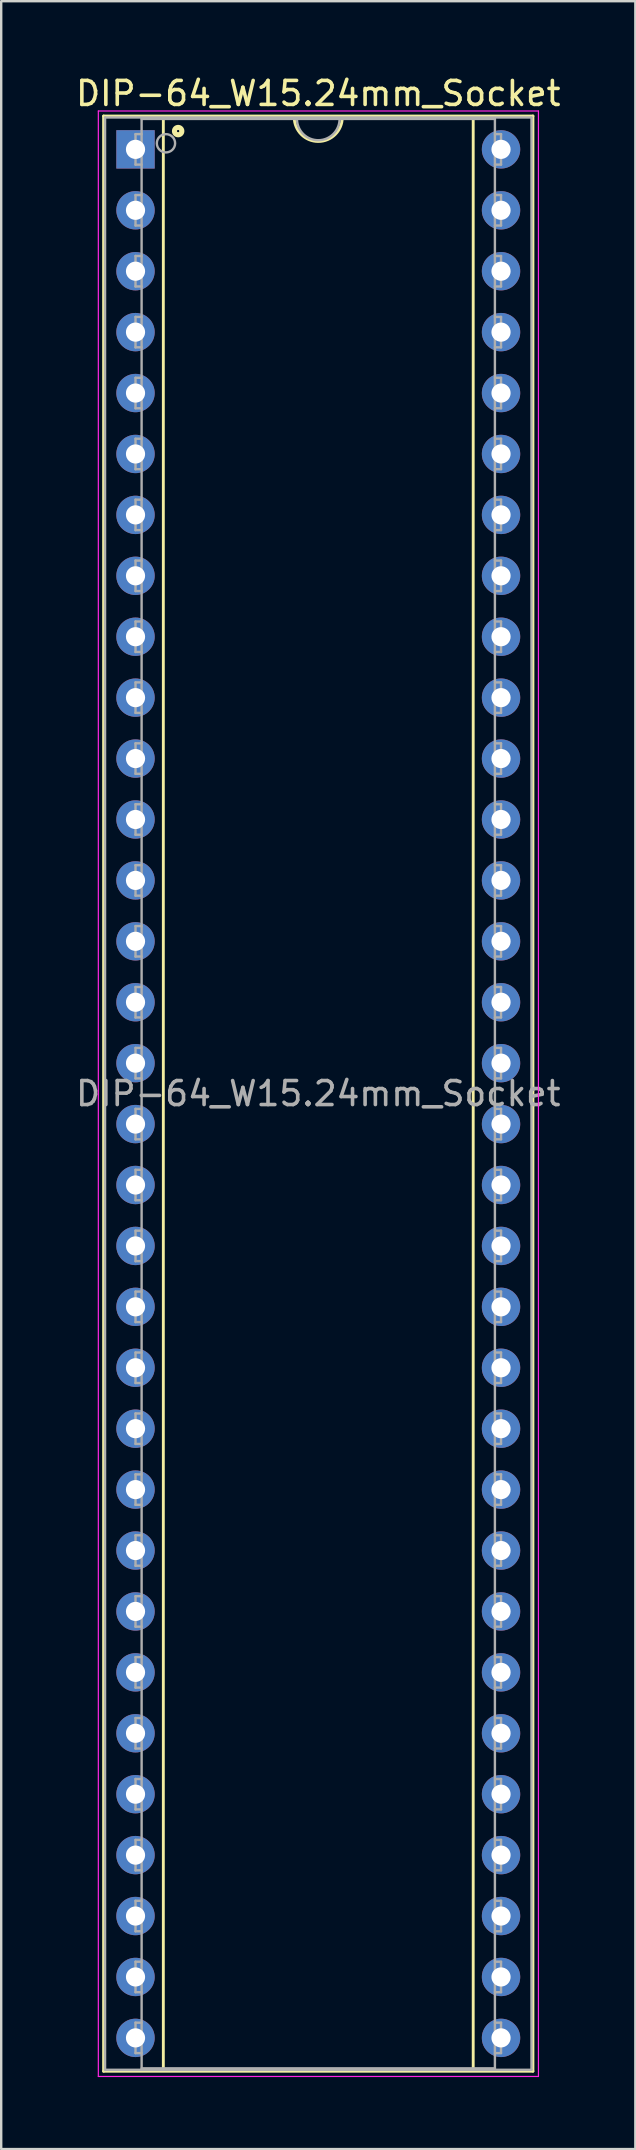
<source format=kicad_pcb>
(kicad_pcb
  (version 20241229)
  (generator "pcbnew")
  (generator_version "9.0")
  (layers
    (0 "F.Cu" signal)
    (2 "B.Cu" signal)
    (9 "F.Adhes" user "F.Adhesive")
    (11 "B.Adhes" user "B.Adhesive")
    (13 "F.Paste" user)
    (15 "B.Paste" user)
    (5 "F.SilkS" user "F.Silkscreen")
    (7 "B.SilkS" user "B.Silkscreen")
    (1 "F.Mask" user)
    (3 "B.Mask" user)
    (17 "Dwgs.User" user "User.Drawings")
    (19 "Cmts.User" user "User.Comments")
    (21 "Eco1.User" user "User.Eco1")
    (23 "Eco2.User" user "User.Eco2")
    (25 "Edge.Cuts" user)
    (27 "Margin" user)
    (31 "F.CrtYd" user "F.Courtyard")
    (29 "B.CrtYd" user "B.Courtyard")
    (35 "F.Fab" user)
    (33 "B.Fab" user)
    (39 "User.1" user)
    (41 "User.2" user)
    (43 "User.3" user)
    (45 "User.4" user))
  (footprint "DIP-64_W15.24mm_Socket"
    (layer "F.Cu")
    (at 2.6 3.178)
    (property "Reference" "DIP-64_W15.24mm_Socket" (at 7.62 -2.33 0) (layer "F.SilkS") (effects (font (size 1 1) (thickness 0.15))))
    (attr through_hole)
    (fp_line (start -1.33 -1.39) (end -1.33 80.13) (stroke (width 0.12) (type solid)) (layer "F.SilkS"))
    (fp_line (start -1.33 80.13) (end 16.57 80.13) (stroke (width 0.12) (type solid)) (layer "F.SilkS"))
    (fp_line (start 1.16 -1.33) (end 1.16 80.07) (stroke (width 0.12) (type solid)) (layer "F.SilkS"))
    (fp_line (start 1.16 80.07) (end 14.08 80.07) (stroke (width 0.12) (type solid)) (layer "F.SilkS"))
    (fp_line (start 6.62 -1.33) (end 1.16 -1.33) (stroke (width 0.12) (type solid)) (layer "F.SilkS"))
    (fp_line (start 14.08 -1.33) (end 8.62 -1.33) (stroke (width 0.12) (type solid)) (layer "F.SilkS"))
    (fp_line (start 14.08 80.07) (end 14.08 -1.33) (stroke (width 0.12) (type solid)) (layer "F.SilkS"))
    (fp_line (start 16.57 -1.39) (end -1.33 -1.39) (stroke (width 0.12) (type solid)) (layer "F.SilkS"))
    (fp_line (start 16.57 80.13) (end 16.57 -1.39) (stroke (width 0.12) (type solid)) (layer "F.SilkS"))
    (fp_arc (start 8.62 -1.33) (mid 7.62 -0.33) (end 6.62 -1.33) (stroke (width 0.12) (type solid)) (layer "F.SilkS"))
    (fp_circle (center 1.778 -0.762) (end 1.828 -0.762) (stroke (width 0.12) (type solid)) (fill no) (layer "F.SilkS"))
    (fp_circle (center 1.778 -0.762) (end 1.903 -0.762) (stroke (width 0.12) (type solid)) (fill no) (layer "F.SilkS"))
    (fp_circle (center 1.778 -0.762) (end 1.978 -0.762) (stroke (width 0.12) (type solid)) (fill no) (layer "F.SilkS"))
    (fp_line (start -1.55 -1.6) (end -1.55 80.35) (stroke (width 0.05) (type solid)) (layer "F.CrtYd"))
    (fp_line (start -1.55 80.35) (end 16.8 80.35) (stroke (width 0.05) (type solid)) (layer "F.CrtYd"))
    (fp_line (start 16.8 -1.6) (end -1.55 -1.6) (stroke (width 0.05) (type solid)) (layer "F.CrtYd"))
    (fp_line (start 16.8 80.35) (end 16.8 -1.6) (stroke (width 0.05) (type solid)) (layer "F.CrtYd"))
    (fp_line (start -1.27 -1.33) (end -1.27 80.07) (stroke (width 0.1) (type solid)) (layer "F.Fab"))
    (fp_line (start -1.27 80.07) (end 16.51 80.07) (stroke (width 0.1) (type solid)) (layer "F.Fab"))
    (fp_line (start 0 -0.635) (end 0 0.635) (stroke (width 0.1) (type solid)) (layer "F.Fab"))
    (fp_line (start 0 -0.635) (end 0.254 -0.635) (stroke (width 0.1) (type solid)) (layer "F.Fab"))
    (fp_line (start 0 0.635) (end 0.254 0.635) (stroke (width 0.1) (type solid)) (layer "F.Fab"))
    (fp_line (start 0 1.905) (end 0 3.175) (stroke (width 0.1) (type solid)) (layer "F.Fab"))
    (fp_line (start 0 1.905) (end 0.254 1.905) (stroke (width 0.1) (type solid)) (layer "F.Fab"))
    (fp_line (start 0 3.175) (end 0.254 3.175) (stroke (width 0.1) (type solid)) (layer "F.Fab"))
    (fp_line (start 0 4.445) (end 0 5.715) (stroke (width 0.1) (type solid)) (layer "F.Fab"))
    (fp_line (start 0 4.445) (end 0.254 4.445) (stroke (width 0.1) (type solid)) (layer "F.Fab"))
    (fp_line (start 0 5.715) (end 0.254 5.715) (stroke (width 0.1) (type solid)) (layer "F.Fab"))
    (fp_line (start 0 6.985) (end 0 8.255) (stroke (width 0.1) (type solid)) (layer "F.Fab"))
    (fp_line (start 0 6.985) (end 0.254 6.985) (stroke (width 0.1) (type solid)) (layer "F.Fab"))
    (fp_line (start 0 8.255) (end 0.254 8.255) (stroke (width 0.1) (type solid)) (layer "F.Fab"))
    (fp_line (start 0 9.525) (end 0 10.795) (stroke (width 0.1) (type solid)) (layer "F.Fab"))
    (fp_line (start 0 9.525) (end 0.254 9.525) (stroke (width 0.1) (type solid)) (layer "F.Fab"))
    (fp_line (start 0 10.795) (end 0.254 10.795) (stroke (width 0.1) (type solid)) (layer "F.Fab"))
    (fp_line (start 0 12.065) (end 0 13.335) (stroke (width 0.1) (type solid)) (layer "F.Fab"))
    (fp_line (start 0 12.065) (end 0.254 12.065) (stroke (width 0.1) (type solid)) (layer "F.Fab"))
    (fp_line (start 0 13.335) (end 0.254 13.335) (stroke (width 0.1) (type solid)) (layer "F.Fab"))
    (fp_line (start 0 14.605) (end 0 15.875) (stroke (width 0.1) (type solid)) (layer "F.Fab"))
    (fp_line (start 0 14.605) (end 0.254 14.605) (stroke (width 0.1) (type solid)) (layer "F.Fab"))
    (fp_line (start 0 15.875) (end 0.254 15.875) (stroke (width 0.1) (type solid)) (layer "F.Fab"))
    (fp_line (start 0 17.145) (end 0 18.415) (stroke (width 0.1) (type solid)) (layer "F.Fab"))
    (fp_line (start 0 17.145) (end 0.254 17.145) (stroke (width 0.1) (type solid)) (layer "F.Fab"))
    (fp_line (start 0 18.415) (end 0.254 18.415) (stroke (width 0.1) (type solid)) (layer "F.Fab"))
    (fp_line (start 0 19.685) (end 0 20.955) (stroke (width 0.1) (type solid)) (layer "F.Fab"))
    (fp_line (start 0 19.685) (end 0.254 19.685) (stroke (width 0.1) (type solid)) (layer "F.Fab"))
    (fp_line (start 0 20.955) (end 0.254 20.955) (stroke (width 0.1) (type solid)) (layer "F.Fab"))
    (fp_line (start 0 22.225) (end 0 23.495) (stroke (width 0.1) (type solid)) (layer "F.Fab"))
    (fp_line (start 0 22.225) (end 0.254 22.225) (stroke (width 0.1) (type solid)) (layer "F.Fab"))
    (fp_line (start 0 23.495) (end 0.254 23.495) (stroke (width 0.1) (type solid)) (layer "F.Fab"))
    (fp_line (start 0 24.765) (end 0 26.035) (stroke (width 0.1) (type solid)) (layer "F.Fab"))
    (fp_line (start 0 24.765) (end 0.254 24.765) (stroke (width 0.1) (type solid)) (layer "F.Fab"))
    (fp_line (start 0 26.035) (end 0.254 26.035) (stroke (width 0.1) (type solid)) (layer "F.Fab"))
    (fp_line (start 0 27.305) (end 0 28.575) (stroke (width 0.1) (type solid)) (layer "F.Fab"))
    (fp_line (start 0 27.305) (end 0.254 27.305) (stroke (width 0.1) (type solid)) (layer "F.Fab"))
    (fp_line (start 0 28.575) (end 0.254 28.575) (stroke (width 0.1) (type solid)) (layer "F.Fab"))
    (fp_line (start 0 29.845) (end 0 31.115) (stroke (width 0.1) (type solid)) (layer "F.Fab"))
    (fp_line (start 0 29.845) (end 0.254 29.845) (stroke (width 0.1) (type solid)) (layer "F.Fab"))
    (fp_line (start 0 31.115) (end 0.254 31.115) (stroke (width 0.1) (type solid)) (layer "F.Fab"))
    (fp_line (start 0 32.385) (end 0 33.655) (stroke (width 0.1) (type solid)) (layer "F.Fab"))
    (fp_line (start 0 32.385) (end 0.254 32.385) (stroke (width 0.1) (type solid)) (layer "F.Fab"))
    (fp_line (start 0 33.655) (end 0.254 33.655) (stroke (width 0.1) (type solid)) (layer "F.Fab"))
    (fp_line (start 0 34.925) (end 0 36.195) (stroke (width 0.1) (type solid)) (layer "F.Fab"))
    (fp_line (start 0 34.925) (end 0.254 34.925) (stroke (width 0.1) (type solid)) (layer "F.Fab"))
    (fp_line (start 0 36.195) (end 0.254 36.195) (stroke (width 0.1) (type solid)) (layer "F.Fab"))
    (fp_line (start 0 37.465) (end 0 38.735) (stroke (width 0.1) (type solid)) (layer "F.Fab"))
    (fp_line (start 0 37.465) (end 0.254 37.465) (stroke (width 0.1) (type solid)) (layer "F.Fab"))
    (fp_line (start 0 38.735) (end 0.254 38.735) (stroke (width 0.1) (type solid)) (layer "F.Fab"))
    (fp_line (start 0 40.005) (end 0 41.275) (stroke (width 0.1) (type solid)) (layer "F.Fab"))
    (fp_line (start 0 40.005) (end 0.254 40.005) (stroke (width 0.1) (type solid)) (layer "F.Fab"))
    (fp_line (start 0 41.275) (end 0.254 41.275) (stroke (width 0.1) (type solid)) (layer "F.Fab"))
    (fp_line (start 0 42.545) (end 0 43.815) (stroke (width 0.1) (type solid)) (layer "F.Fab"))
    (fp_line (start 0 42.545) (end 0.254 42.545) (stroke (width 0.1) (type solid)) (layer "F.Fab"))
    (fp_line (start 0 43.815) (end 0.254 43.815) (stroke (width 0.1) (type solid)) (layer "F.Fab"))
    (fp_line (start 0 45.085) (end 0 46.355) (stroke (width 0.1) (type solid)) (layer "F.Fab"))
    (fp_line (start 0 45.085) (end 0.254 45.085) (stroke (width 0.1) (type solid)) (layer "F.Fab"))
    (fp_line (start 0 46.355) (end 0.254 46.355) (stroke (width 0.1) (type solid)) (layer "F.Fab"))
    (fp_line (start 0 47.625) (end 0 48.895) (stroke (width 0.1) (type solid)) (layer "F.Fab"))
    (fp_line (start 0 47.625) (end 0.254 47.625) (stroke (width 0.1) (type solid)) (layer "F.Fab"))
    (fp_line (start 0 48.895) (end 0.254 48.895) (stroke (width 0.1) (type solid)) (layer "F.Fab"))
    (fp_line (start 0 50.165) (end 0 51.435) (stroke (width 0.1) (type solid)) (layer "F.Fab"))
    (fp_line (start 0 50.165) (end 0.254 50.165) (stroke (width 0.1) (type solid)) (layer "F.Fab"))
    (fp_line (start 0 51.435) (end 0.254 51.435) (stroke (width 0.1) (type solid)) (layer "F.Fab"))
    (fp_line (start 0 52.705) (end 0 53.975) (stroke (width 0.1) (type solid)) (layer "F.Fab"))
    (fp_line (start 0 52.705) (end 0.254 52.705) (stroke (width 0.1) (type solid)) (layer "F.Fab"))
    (fp_line (start 0 53.975) (end 0.254 53.975) (stroke (width 0.1) (type solid)) (layer "F.Fab"))
    (fp_line (start 0 55.245) (end 0 56.515) (stroke (width 0.1) (type solid)) (layer "F.Fab"))
    (fp_line (start 0 55.245) (end 0.254 55.245) (stroke (width 0.1) (type solid)) (layer "F.Fab"))
    (fp_line (start 0 56.515) (end 0.254 56.515) (stroke (width 0.1) (type solid)) (layer "F.Fab"))
    (fp_line (start 0 57.785) (end 0 59.055) (stroke (width 0.1) (type solid)) (layer "F.Fab"))
    (fp_line (start 0 57.785) (end 0.254 57.785) (stroke (width 0.1) (type solid)) (layer "F.Fab"))
    (fp_line (start 0 59.055) (end 0.254 59.055) (stroke (width 0.1) (type solid)) (layer "F.Fab"))
    (fp_line (start 0 60.325) (end 0 61.595) (stroke (width 0.1) (type solid)) (layer "F.Fab"))
    (fp_line (start 0 60.325) (end 0.254 60.325) (stroke (width 0.1) (type solid)) (layer "F.Fab"))
    (fp_line (start 0 61.595) (end 0.254 61.595) (stroke (width 0.1) (type solid)) (layer "F.Fab"))
    (fp_line (start 0 62.865) (end 0 64.135) (stroke (width 0.1) (type solid)) (layer "F.Fab"))
    (fp_line (start 0 62.865) (end 0.254 62.865) (stroke (width 0.1) (type solid)) (layer "F.Fab"))
    (fp_line (start 0 64.135) (end 0.254 64.135) (stroke (width 0.1) (type solid)) (layer "F.Fab"))
    (fp_line (start 0 65.405) (end 0 66.675) (stroke (width 0.1) (type solid)) (layer "F.Fab"))
    (fp_line (start 0 65.405) (end 0.254 65.405) (stroke (width 0.1) (type solid)) (layer "F.Fab"))
    (fp_line (start 0 66.675) (end 0.254 66.675) (stroke (width 0.1) (type solid)) (layer "F.Fab"))
    (fp_line (start 0 67.945) (end 0 69.215) (stroke (width 0.1) (type solid)) (layer "F.Fab"))
    (fp_line (start 0 67.945) (end 0.254 67.945) (stroke (width 0.1) (type solid)) (layer "F.Fab"))
    (fp_line (start 0 69.215) (end 0.254 69.215) (stroke (width 0.1) (type solid)) (layer "F.Fab"))
    (fp_line (start 0 70.485) (end 0 71.755) (stroke (width 0.1) (type solid)) (layer "F.Fab"))
    (fp_line (start 0 70.485) (end 0.254 70.485) (stroke (width 0.1) (type solid)) (layer "F.Fab"))
    (fp_line (start 0 71.755) (end 0.254 71.755) (stroke (width 0.1) (type solid)) (layer "F.Fab"))
    (fp_line (start 0 73.025) (end 0 74.295) (stroke (width 0.1) (type solid)) (layer "F.Fab"))
    (fp_line (start 0 73.025) (end 0.254 73.025) (stroke (width 0.1) (type solid)) (layer "F.Fab"))
    (fp_line (start 0 74.295) (end 0.254 74.295) (stroke (width 0.1) (type solid)) (layer "F.Fab"))
    (fp_line (start 0 75.565) (end 0 76.835) (stroke (width 0.1) (type solid)) (layer "F.Fab"))
    (fp_line (start 0 75.565) (end 0.254 75.565) (stroke (width 0.1) (type solid)) (layer "F.Fab"))
    (fp_line (start 0 76.835) (end 0.254 76.835) (stroke (width 0.1) (type solid)) (layer "F.Fab"))
    (fp_line (start 0 78.105) (end 0 79.375) (stroke (width 0.1) (type solid)) (layer "F.Fab"))
    (fp_line (start 0 78.105) (end 0.254 78.105) (stroke (width 0.1) (type solid)) (layer "F.Fab"))
    (fp_line (start 0 79.375) (end 0.254 79.375) (stroke (width 0.1) (type solid)) (layer "F.Fab"))
    (fp_line (start 0.254 -1.27) (end 14.985 -1.27) (stroke (width 0.1) (type solid)) (layer "F.Fab"))
    (fp_line (start 0.255 80.01) (end 0.254 -1.27) (stroke (width 0.1) (type solid)) (layer "F.Fab"))
    (fp_line (start 14.985 -1.27) (end 14.985 80.01) (stroke (width 0.1) (type solid)) (layer "F.Fab"))
    (fp_line (start 14.985 80.01) (end 0.255 80.01) (stroke (width 0.1) (type solid)) (layer "F.Fab"))
    (fp_line (start 15.24 -0.635) (end 14.986 -0.635) (stroke (width 0.1) (type solid)) (layer "F.Fab"))
    (fp_line (start 15.24 0.635) (end 14.986 0.635) (stroke (width 0.1) (type solid)) (layer "F.Fab"))
    (fp_line (start 15.24 0.635) (end 15.24 -0.635) (stroke (width 0.1) (type solid)) (layer "F.Fab"))
    (fp_line (start 15.24 1.905) (end 14.986 1.905) (stroke (width 0.1) (type solid)) (layer "F.Fab"))
    (fp_line (start 15.24 3.175) (end 14.986 3.175) (stroke (width 0.1) (type solid)) (layer "F.Fab"))
    (fp_line (start 15.24 3.175) (end 15.24 1.905) (stroke (width 0.1) (type solid)) (layer "F.Fab"))
    (fp_line (start 15.24 4.445) (end 14.986 4.445) (stroke (width 0.1) (type solid)) (layer "F.Fab"))
    (fp_line (start 15.24 5.715) (end 14.986 5.715) (stroke (width 0.1) (type solid)) (layer "F.Fab"))
    (fp_line (start 15.24 5.715) (end 15.24 4.445) (stroke (width 0.1) (type solid)) (layer "F.Fab"))
    (fp_line (start 15.24 6.985) (end 14.986 6.985) (stroke (width 0.1) (type solid)) (layer "F.Fab"))
    (fp_line (start 15.24 8.255) (end 14.986 8.255) (stroke (width 0.1) (type solid)) (layer "F.Fab"))
    (fp_line (start 15.24 8.255) (end 15.24 6.985) (stroke (width 0.1) (type solid)) (layer "F.Fab"))
    (fp_line (start 15.24 9.525) (end 14.986 9.525) (stroke (width 0.1) (type solid)) (layer "F.Fab"))
    (fp_line (start 15.24 10.795) (end 14.986 10.795) (stroke (width 0.1) (type solid)) (layer "F.Fab"))
    (fp_line (start 15.24 10.795) (end 15.24 9.525) (stroke (width 0.1) (type solid)) (layer "F.Fab"))
    (fp_line (start 15.24 12.065) (end 14.986 12.065) (stroke (width 0.1) (type solid)) (layer "F.Fab"))
    (fp_line (start 15.24 13.335) (end 14.986 13.335) (stroke (width 0.1) (type solid)) (layer "F.Fab"))
    (fp_line (start 15.24 13.335) (end 15.24 12.065) (stroke (width 0.1) (type solid)) (layer "F.Fab"))
    (fp_line (start 15.24 14.605) (end 14.986 14.605) (stroke (width 0.1) (type solid)) (layer "F.Fab"))
    (fp_line (start 15.24 15.875) (end 14.986 15.875) (stroke (width 0.1) (type solid)) (layer "F.Fab"))
    (fp_line (start 15.24 15.875) (end 15.24 14.605) (stroke (width 0.1) (type solid)) (layer "F.Fab"))
    (fp_line (start 15.24 17.145) (end 14.986 17.145) (stroke (width 0.1) (type solid)) (layer "F.Fab"))
    (fp_line (start 15.24 18.415) (end 14.986 18.415) (stroke (width 0.1) (type solid)) (layer "F.Fab"))
    (fp_line (start 15.24 18.415) (end 15.24 17.145) (stroke (width 0.1) (type solid)) (layer "F.Fab"))
    (fp_line (start 15.24 19.685) (end 14.986 19.685) (stroke (width 0.1) (type solid)) (layer "F.Fab"))
    (fp_line (start 15.24 20.955) (end 14.986 20.955) (stroke (width 0.1) (type solid)) (layer "F.Fab"))
    (fp_line (start 15.24 20.955) (end 15.24 19.685) (stroke (width 0.1) (type solid)) (layer "F.Fab"))
    (fp_line (start 15.24 22.225) (end 14.986 22.225) (stroke (width 0.1) (type solid)) (layer "F.Fab"))
    (fp_line (start 15.24 23.495) (end 14.986 23.495) (stroke (width 0.1) (type solid)) (layer "F.Fab"))
    (fp_line (start 15.24 23.495) (end 15.24 22.225) (stroke (width 0.1) (type solid)) (layer "F.Fab"))
    (fp_line (start 15.24 24.765) (end 14.986 24.765) (stroke (width 0.1) (type solid)) (layer "F.Fab"))
    (fp_line (start 15.24 26.035) (end 14.986 26.035) (stroke (width 0.1) (type solid)) (layer "F.Fab"))
    (fp_line (start 15.24 26.035) (end 15.24 24.765) (stroke (width 0.1) (type solid)) (layer "F.Fab"))
    (fp_line (start 15.24 27.305) (end 14.986 27.305) (stroke (width 0.1) (type solid)) (layer "F.Fab"))
    (fp_line (start 15.24 28.575) (end 14.986 28.575) (stroke (width 0.1) (type solid)) (layer "F.Fab"))
    (fp_line (start 15.24 28.575) (end 15.24 27.305) (stroke (width 0.1) (type solid)) (layer "F.Fab"))
    (fp_line (start 15.24 29.845) (end 14.986 29.845) (stroke (width 0.1) (type solid)) (layer "F.Fab"))
    (fp_line (start 15.24 31.115) (end 14.986 31.115) (stroke (width 0.1) (type solid)) (layer "F.Fab"))
    (fp_line (start 15.24 31.115) (end 15.24 29.845) (stroke (width 0.1) (type solid)) (layer "F.Fab"))
    (fp_line (start 15.24 32.385) (end 14.986 32.385) (stroke (width 0.1) (type solid)) (layer "F.Fab"))
    (fp_line (start 15.24 33.655) (end 14.986 33.655) (stroke (width 0.1) (type solid)) (layer "F.Fab"))
    (fp_line (start 15.24 33.655) (end 15.24 32.385) (stroke (width 0.1) (type solid)) (layer "F.Fab"))
    (fp_line (start 15.24 34.925) (end 14.986 34.925) (stroke (width 0.1) (type solid)) (layer "F.Fab"))
    (fp_line (start 15.24 36.195) (end 14.986 36.195) (stroke (width 0.1) (type solid)) (layer "F.Fab"))
    (fp_line (start 15.24 36.195) (end 15.24 34.925) (stroke (width 0.1) (type solid)) (layer "F.Fab"))
    (fp_line (start 15.24 37.465) (end 14.986 37.465) (stroke (width 0.1) (type solid)) (layer "F.Fab"))
    (fp_line (start 15.24 38.735) (end 14.986 38.735) (stroke (width 0.1) (type solid)) (layer "F.Fab"))
    (fp_line (start 15.24 38.735) (end 15.24 37.465) (stroke (width 0.1) (type solid)) (layer "F.Fab"))
    (fp_line (start 15.24 40.005) (end 14.986 40.005) (stroke (width 0.1) (type solid)) (layer "F.Fab"))
    (fp_line (start 15.24 41.275) (end 14.986 41.275) (stroke (width 0.1) (type solid)) (layer "F.Fab"))
    (fp_line (start 15.24 41.275) (end 15.24 40.005) (stroke (width 0.1) (type solid)) (layer "F.Fab"))
    (fp_line (start 15.24 42.545) (end 14.986 42.545) (stroke (width 0.1) (type solid)) (layer "F.Fab"))
    (fp_line (start 15.24 43.815) (end 14.986 43.815) (stroke (width 0.1) (type solid)) (layer "F.Fab"))
    (fp_line (start 15.24 43.815) (end 15.24 42.545) (stroke (width 0.1) (type solid)) (layer "F.Fab"))
    (fp_line (start 15.24 45.085) (end 14.986 45.085) (stroke (width 0.1) (type solid)) (layer "F.Fab"))
    (fp_line (start 15.24 46.355) (end 14.986 46.355) (stroke (width 0.1) (type solid)) (layer "F.Fab"))
    (fp_line (start 15.24 46.355) (end 15.24 45.085) (stroke (width 0.1) (type solid)) (layer "F.Fab"))
    (fp_line (start 15.24 47.625) (end 14.986 47.625) (stroke (width 0.1) (type solid)) (layer "F.Fab"))
    (fp_line (start 15.24 48.895) (end 14.986 48.895) (stroke (width 0.1) (type solid)) (layer "F.Fab"))
    (fp_line (start 15.24 48.895) (end 15.24 47.625) (stroke (width 0.1) (type solid)) (layer "F.Fab"))
    (fp_line (start 15.24 50.165) (end 14.986 50.165) (stroke (width 0.1) (type solid)) (layer "F.Fab"))
    (fp_line (start 15.24 51.435) (end 14.986 51.435) (stroke (width 0.1) (type solid)) (layer "F.Fab"))
    (fp_line (start 15.24 51.435) (end 15.24 50.165) (stroke (width 0.1) (type solid)) (layer "F.Fab"))
    (fp_line (start 15.24 52.705) (end 14.986 52.705) (stroke (width 0.1) (type solid)) (layer "F.Fab"))
    (fp_line (start 15.24 53.975) (end 14.986 53.975) (stroke (width 0.1) (type solid)) (layer "F.Fab"))
    (fp_line (start 15.24 53.975) (end 15.24 52.705) (stroke (width 0.1) (type solid)) (layer "F.Fab"))
    (fp_line (start 15.24 55.245) (end 14.986 55.245) (stroke (width 0.1) (type solid)) (layer "F.Fab"))
    (fp_line (start 15.24 56.515) (end 14.986 56.515) (stroke (width 0.1) (type solid)) (layer "F.Fab"))
    (fp_line (start 15.24 56.515) (end 15.24 55.245) (stroke (width 0.1) (type solid)) (layer "F.Fab"))
    (fp_line (start 15.24 57.785) (end 14.986 57.785) (stroke (width 0.1) (type solid)) (layer "F.Fab"))
    (fp_line (start 15.24 59.055) (end 14.986 59.055) (stroke (width 0.1) (type solid)) (layer "F.Fab"))
    (fp_line (start 15.24 59.055) (end 15.24 57.785) (stroke (width 0.1) (type solid)) (layer "F.Fab"))
    (fp_line (start 15.24 60.325) (end 14.986 60.325) (stroke (width 0.1) (type solid)) (layer "F.Fab"))
    (fp_line (start 15.24 61.595) (end 14.986 61.595) (stroke (width 0.1) (type solid)) (layer "F.Fab"))
    (fp_line (start 15.24 61.595) (end 15.24 60.325) (stroke (width 0.1) (type solid)) (layer "F.Fab"))
    (fp_line (start 15.24 62.865) (end 14.986 62.865) (stroke (width 0.1) (type solid)) (layer "F.Fab"))
    (fp_line (start 15.24 64.135) (end 14.986 64.135) (stroke (width 0.1) (type solid)) (layer "F.Fab"))
    (fp_line (start 15.24 64.135) (end 15.24 62.865) (stroke (width 0.1) (type solid)) (layer "F.Fab"))
    (fp_line (start 15.24 65.405) (end 14.986 65.405) (stroke (width 0.1) (type solid)) (layer "F.Fab"))
    (fp_line (start 15.24 66.675) (end 14.986 66.675) (stroke (width 0.1) (type solid)) (layer "F.Fab"))
    (fp_line (start 15.24 66.675) (end 15.24 65.405) (stroke (width 0.1) (type solid)) (layer "F.Fab"))
    (fp_line (start 15.24 67.945) (end 14.986 67.945) (stroke (width 0.1) (type solid)) (layer "F.Fab"))
    (fp_line (start 15.24 69.215) (end 14.986 69.215) (stroke (width 0.1) (type solid)) (layer "F.Fab"))
    (fp_line (start 15.24 69.215) (end 15.24 67.945) (stroke (width 0.1) (type solid)) (layer "F.Fab"))
    (fp_line (start 15.24 70.485) (end 14.986 70.485) (stroke (width 0.1) (type solid)) (layer "F.Fab"))
    (fp_line (start 15.24 71.755) (end 14.986 71.755) (stroke (width 0.1) (type solid)) (layer "F.Fab"))
    (fp_line (start 15.24 71.755) (end 15.24 70.485) (stroke (width 0.1) (type solid)) (layer "F.Fab"))
    (fp_line (start 15.24 73.025) (end 14.986 73.025) (stroke (width 0.1) (type solid)) (layer "F.Fab"))
    (fp_line (start 15.24 74.295) (end 14.986 74.295) (stroke (width 0.1) (type solid)) (layer "F.Fab"))
    (fp_line (start 15.24 74.295) (end 15.24 73.025) (stroke (width 0.1) (type solid)) (layer "F.Fab"))
    (fp_line (start 15.24 75.565) (end 14.986 75.565) (stroke (width 0.1) (type solid)) (layer "F.Fab"))
    (fp_line (start 15.24 76.835) (end 14.986 76.835) (stroke (width 0.1) (type solid)) (layer "F.Fab"))
    (fp_line (start 15.24 76.835) (end 15.24 75.565) (stroke (width 0.1) (type solid)) (layer "F.Fab"))
    (fp_line (start 15.24 78.105) (end 14.986 78.105) (stroke (width 0.1) (type solid)) (layer "F.Fab"))
    (fp_line (start 15.24 79.375) (end 14.986 79.375) (stroke (width 0.1) (type solid)) (layer "F.Fab"))
    (fp_line (start 15.24 79.375) (end 15.24 78.105) (stroke (width 0.1) (type solid)) (layer "F.Fab"))
    (fp_line (start 16.51 -1.33) (end -1.27 -1.33) (stroke (width 0.1) (type solid)) (layer "F.Fab"))
    (fp_line (start 16.51 80.07) (end 16.51 -1.33) (stroke (width 0.1) (type solid)) (layer "F.Fab"))
    (fp_arc (start 8.509 -1.27) (mid 7.62 -0.381) (end 6.731 -1.27) (stroke (width 0.1) (type solid)) (layer "F.Fab"))
    (fp_circle (center 1.27 -0.254) (end 1.651 -0.254) (stroke (width 0.1) (type solid)) (fill no) (layer "F.Fab"))
    (fp_text user "${REFERENCE}" (at 7.62 39.37 0) (layer "F.Fab") (effects (font (size 1 1) (thickness 0.15))))
    (pad "1" thru_hole rect (at 0 0) (size 1.6 1.6) (drill 0.8) (layers "*.Cu" "*.Mask"))
    (pad "2" thru_hole oval (at 0 2.54) (size 1.6 1.6) (drill 0.8) (layers "*.Cu" "*.Mask"))
    (pad "3" thru_hole oval (at 0 5.08) (size 1.6 1.6) (drill 0.8) (layers "*.Cu" "*.Mask"))
    (pad "4" thru_hole oval (at 0 7.62) (size 1.6 1.6) (drill 0.8) (layers "*.Cu" "*.Mask"))
    (pad "5" thru_hole oval (at 0 10.16) (size 1.6 1.6) (drill 0.8) (layers "*.Cu" "*.Mask"))
    (pad "6" thru_hole oval (at 0 12.7) (size 1.6 1.6) (drill 0.8) (layers "*.Cu" "*.Mask"))
    (pad "7" thru_hole oval (at 0 15.24) (size 1.6 1.6) (drill 0.8) (layers "*.Cu" "*.Mask"))
    (pad "8" thru_hole oval (at 0 17.78) (size 1.6 1.6) (drill 0.8) (layers "*.Cu" "*.Mask"))
    (pad "9" thru_hole oval (at 0 20.32) (size 1.6 1.6) (drill 0.8) (layers "*.Cu" "*.Mask"))
    (pad "10" thru_hole oval (at 0 22.86) (size 1.6 1.6) (drill 0.8) (layers "*.Cu" "*.Mask"))
    (pad "11" thru_hole oval (at 0 25.4) (size 1.6 1.6) (drill 0.8) (layers "*.Cu" "*.Mask"))
    (pad "12" thru_hole oval (at 0 27.94) (size 1.6 1.6) (drill 0.8) (layers "*.Cu" "*.Mask"))
    (pad "13" thru_hole oval (at 0 30.48) (size 1.6 1.6) (drill 0.8) (layers "*.Cu" "*.Mask"))
    (pad "14" thru_hole oval (at 0 33.02) (size 1.6 1.6) (drill 0.8) (layers "*.Cu" "*.Mask"))
    (pad "15" thru_hole oval (at 0 35.56) (size 1.6 1.6) (drill 0.8) (layers "*.Cu" "*.Mask"))
    (pad "16" thru_hole oval (at 0 38.1) (size 1.6 1.6) (drill 0.8) (layers "*.Cu" "*.Mask"))
    (pad "17" thru_hole oval (at 0 40.64) (size 1.6 1.6) (drill 0.8) (layers "*.Cu" "*.Mask"))
    (pad "18" thru_hole oval (at 0 43.18) (size 1.6 1.6) (drill 0.8) (layers "*.Cu" "*.Mask"))
    (pad "19" thru_hole oval (at 0 45.72) (size 1.6 1.6) (drill 0.8) (layers "*.Cu" "*.Mask"))
    (pad "20" thru_hole oval (at 0 48.26) (size 1.6 1.6) (drill 0.8) (layers "*.Cu" "*.Mask"))
    (pad "21" thru_hole oval (at 0 50.8) (size 1.6 1.6) (drill 0.8) (layers "*.Cu" "*.Mask"))
    (pad "22" thru_hole oval (at 0 53.34) (size 1.6 1.6) (drill 0.8) (layers "*.Cu" "*.Mask"))
    (pad "23" thru_hole oval (at 0 55.88) (size 1.6 1.6) (drill 0.8) (layers "*.Cu" "*.Mask"))
    (pad "24" thru_hole oval (at 0 58.42) (size 1.6 1.6) (drill 0.8) (layers "*.Cu" "*.Mask"))
    (pad "25" thru_hole oval (at 0 60.96) (size 1.6 1.6) (drill 0.8) (layers "*.Cu" "*.Mask"))
    (pad "26" thru_hole oval (at 0 63.5) (size 1.6 1.6) (drill 0.8) (layers "*.Cu" "*.Mask"))
    (pad "27" thru_hole oval (at 0 66.04) (size 1.6 1.6) (drill 0.8) (layers "*.Cu" "*.Mask"))
    (pad "28" thru_hole oval (at 0 68.58) (size 1.6 1.6) (drill 0.8) (layers "*.Cu" "*.Mask"))
    (pad "29" thru_hole oval (at 0 71.12) (size 1.6 1.6) (drill 0.8) (layers "*.Cu" "*.Mask"))
    (pad "30" thru_hole oval (at 0 73.66) (size 1.6 1.6) (drill 0.8) (layers "*.Cu" "*.Mask"))
    (pad "31" thru_hole oval (at 0 76.2) (size 1.6 1.6) (drill 0.8) (layers "*.Cu" "*.Mask"))
    (pad "32" thru_hole oval (at 0 78.74) (size 1.6 1.6) (drill 0.8) (layers "*.Cu" "*.Mask"))
    (pad "33" thru_hole oval (at 15.24 78.74) (size 1.6 1.6) (drill 0.8) (layers "*.Cu" "*.Mask"))
    (pad "34" thru_hole oval (at 15.24 76.2) (size 1.6 1.6) (drill 0.8) (layers "*.Cu" "*.Mask"))
    (pad "35" thru_hole oval (at 15.24 73.66) (size 1.6 1.6) (drill 0.8) (layers "*.Cu" "*.Mask"))
    (pad "36" thru_hole oval (at 15.24 71.12) (size 1.6 1.6) (drill 0.8) (layers "*.Cu" "*.Mask"))
    (pad "37" thru_hole oval (at 15.24 68.58) (size 1.6 1.6) (drill 0.8) (layers "*.Cu" "*.Mask"))
    (pad "38" thru_hole oval (at 15.24 66.04) (size 1.6 1.6) (drill 0.8) (layers "*.Cu" "*.Mask"))
    (pad "39" thru_hole oval (at 15.24 63.5) (size 1.6 1.6) (drill 0.8) (layers "*.Cu" "*.Mask"))
    (pad "40" thru_hole oval (at 15.24 60.96) (size 1.6 1.6) (drill 0.8) (layers "*.Cu" "*.Mask"))
    (pad "41" thru_hole oval (at 15.24 58.42) (size 1.6 1.6) (drill 0.8) (layers "*.Cu" "*.Mask"))
    (pad "42" thru_hole oval (at 15.24 55.88) (size 1.6 1.6) (drill 0.8) (layers "*.Cu" "*.Mask"))
    (pad "43" thru_hole oval (at 15.24 53.34) (size 1.6 1.6) (drill 0.8) (layers "*.Cu" "*.Mask"))
    (pad "44" thru_hole oval (at 15.24 50.8) (size 1.6 1.6) (drill 0.8) (layers "*.Cu" "*.Mask"))
    (pad "45" thru_hole oval (at 15.24 48.26) (size 1.6 1.6) (drill 0.8) (layers "*.Cu" "*.Mask"))
    (pad "46" thru_hole oval (at 15.24 45.72) (size 1.6 1.6) (drill 0.8) (layers "*.Cu" "*.Mask"))
    (pad "47" thru_hole oval (at 15.24 43.18) (size 1.6 1.6) (drill 0.8) (layers "*.Cu" "*.Mask"))
    (pad "48" thru_hole oval (at 15.24 40.64) (size 1.6 1.6) (drill 0.8) (layers "*.Cu" "*.Mask"))
    (pad "49" thru_hole oval (at 15.24 38.1) (size 1.6 1.6) (drill 0.8) (layers "*.Cu" "*.Mask"))
    (pad "50" thru_hole oval (at 15.24 35.56) (size 1.6 1.6) (drill 0.8) (layers "*.Cu" "*.Mask"))
    (pad "51" thru_hole oval (at 15.24 33.02) (size 1.6 1.6) (drill 0.8) (layers "*.Cu" "*.Mask"))
    (pad "52" thru_hole oval (at 15.24 30.48) (size 1.6 1.6) (drill 0.8) (layers "*.Cu" "*.Mask"))
    (pad "53" thru_hole oval (at 15.24 27.94) (size 1.6 1.6) (drill 0.8) (layers "*.Cu" "*.Mask"))
    (pad "54" thru_hole oval (at 15.24 25.4) (size 1.6 1.6) (drill 0.8) (layers "*.Cu" "*.Mask"))
    (pad "55" thru_hole oval (at 15.24 22.86) (size 1.6 1.6) (drill 0.8) (layers "*.Cu" "*.Mask"))
    (pad "56" thru_hole oval (at 15.24 20.32) (size 1.6 1.6) (drill 0.8) (layers "*.Cu" "*.Mask"))
    (pad "57" thru_hole oval (at 15.24 17.78) (size 1.6 1.6) (drill 0.8) (layers "*.Cu" "*.Mask"))
    (pad "58" thru_hole oval (at 15.24 15.24) (size 1.6 1.6) (drill 0.8) (layers "*.Cu" "*.Mask"))
    (pad "59" thru_hole oval (at 15.24 12.7) (size 1.6 1.6) (drill 0.8) (layers "*.Cu" "*.Mask"))
    (pad "60" thru_hole oval (at 15.24 10.16) (size 1.6 1.6) (drill 0.8) (layers "*.Cu" "*.Mask"))
    (pad "61" thru_hole oval (at 15.24 7.62) (size 1.6 1.6) (drill 0.8) (layers "*.Cu" "*.Mask"))
    (pad "62" thru_hole oval (at 15.24 5.08) (size 1.6 1.6) (drill 0.8) (layers "*.Cu" "*.Mask"))
    (pad "63" thru_hole oval (at 15.24 2.54) (size 1.6 1.6) (drill 0.8) (layers "*.Cu" "*.Mask"))
    (pad "64" thru_hole oval (at 15.24 0) (size 1.6 1.6) (drill 0.8) (layers "*.Cu" "*.Mask")))
  (gr_rect
    (start -3 -3)
    (end 23.44 86.553)
    (stroke (width 0.1) (type default))
    (fill no)
    (layer "Edge.Cuts")))
</source>
